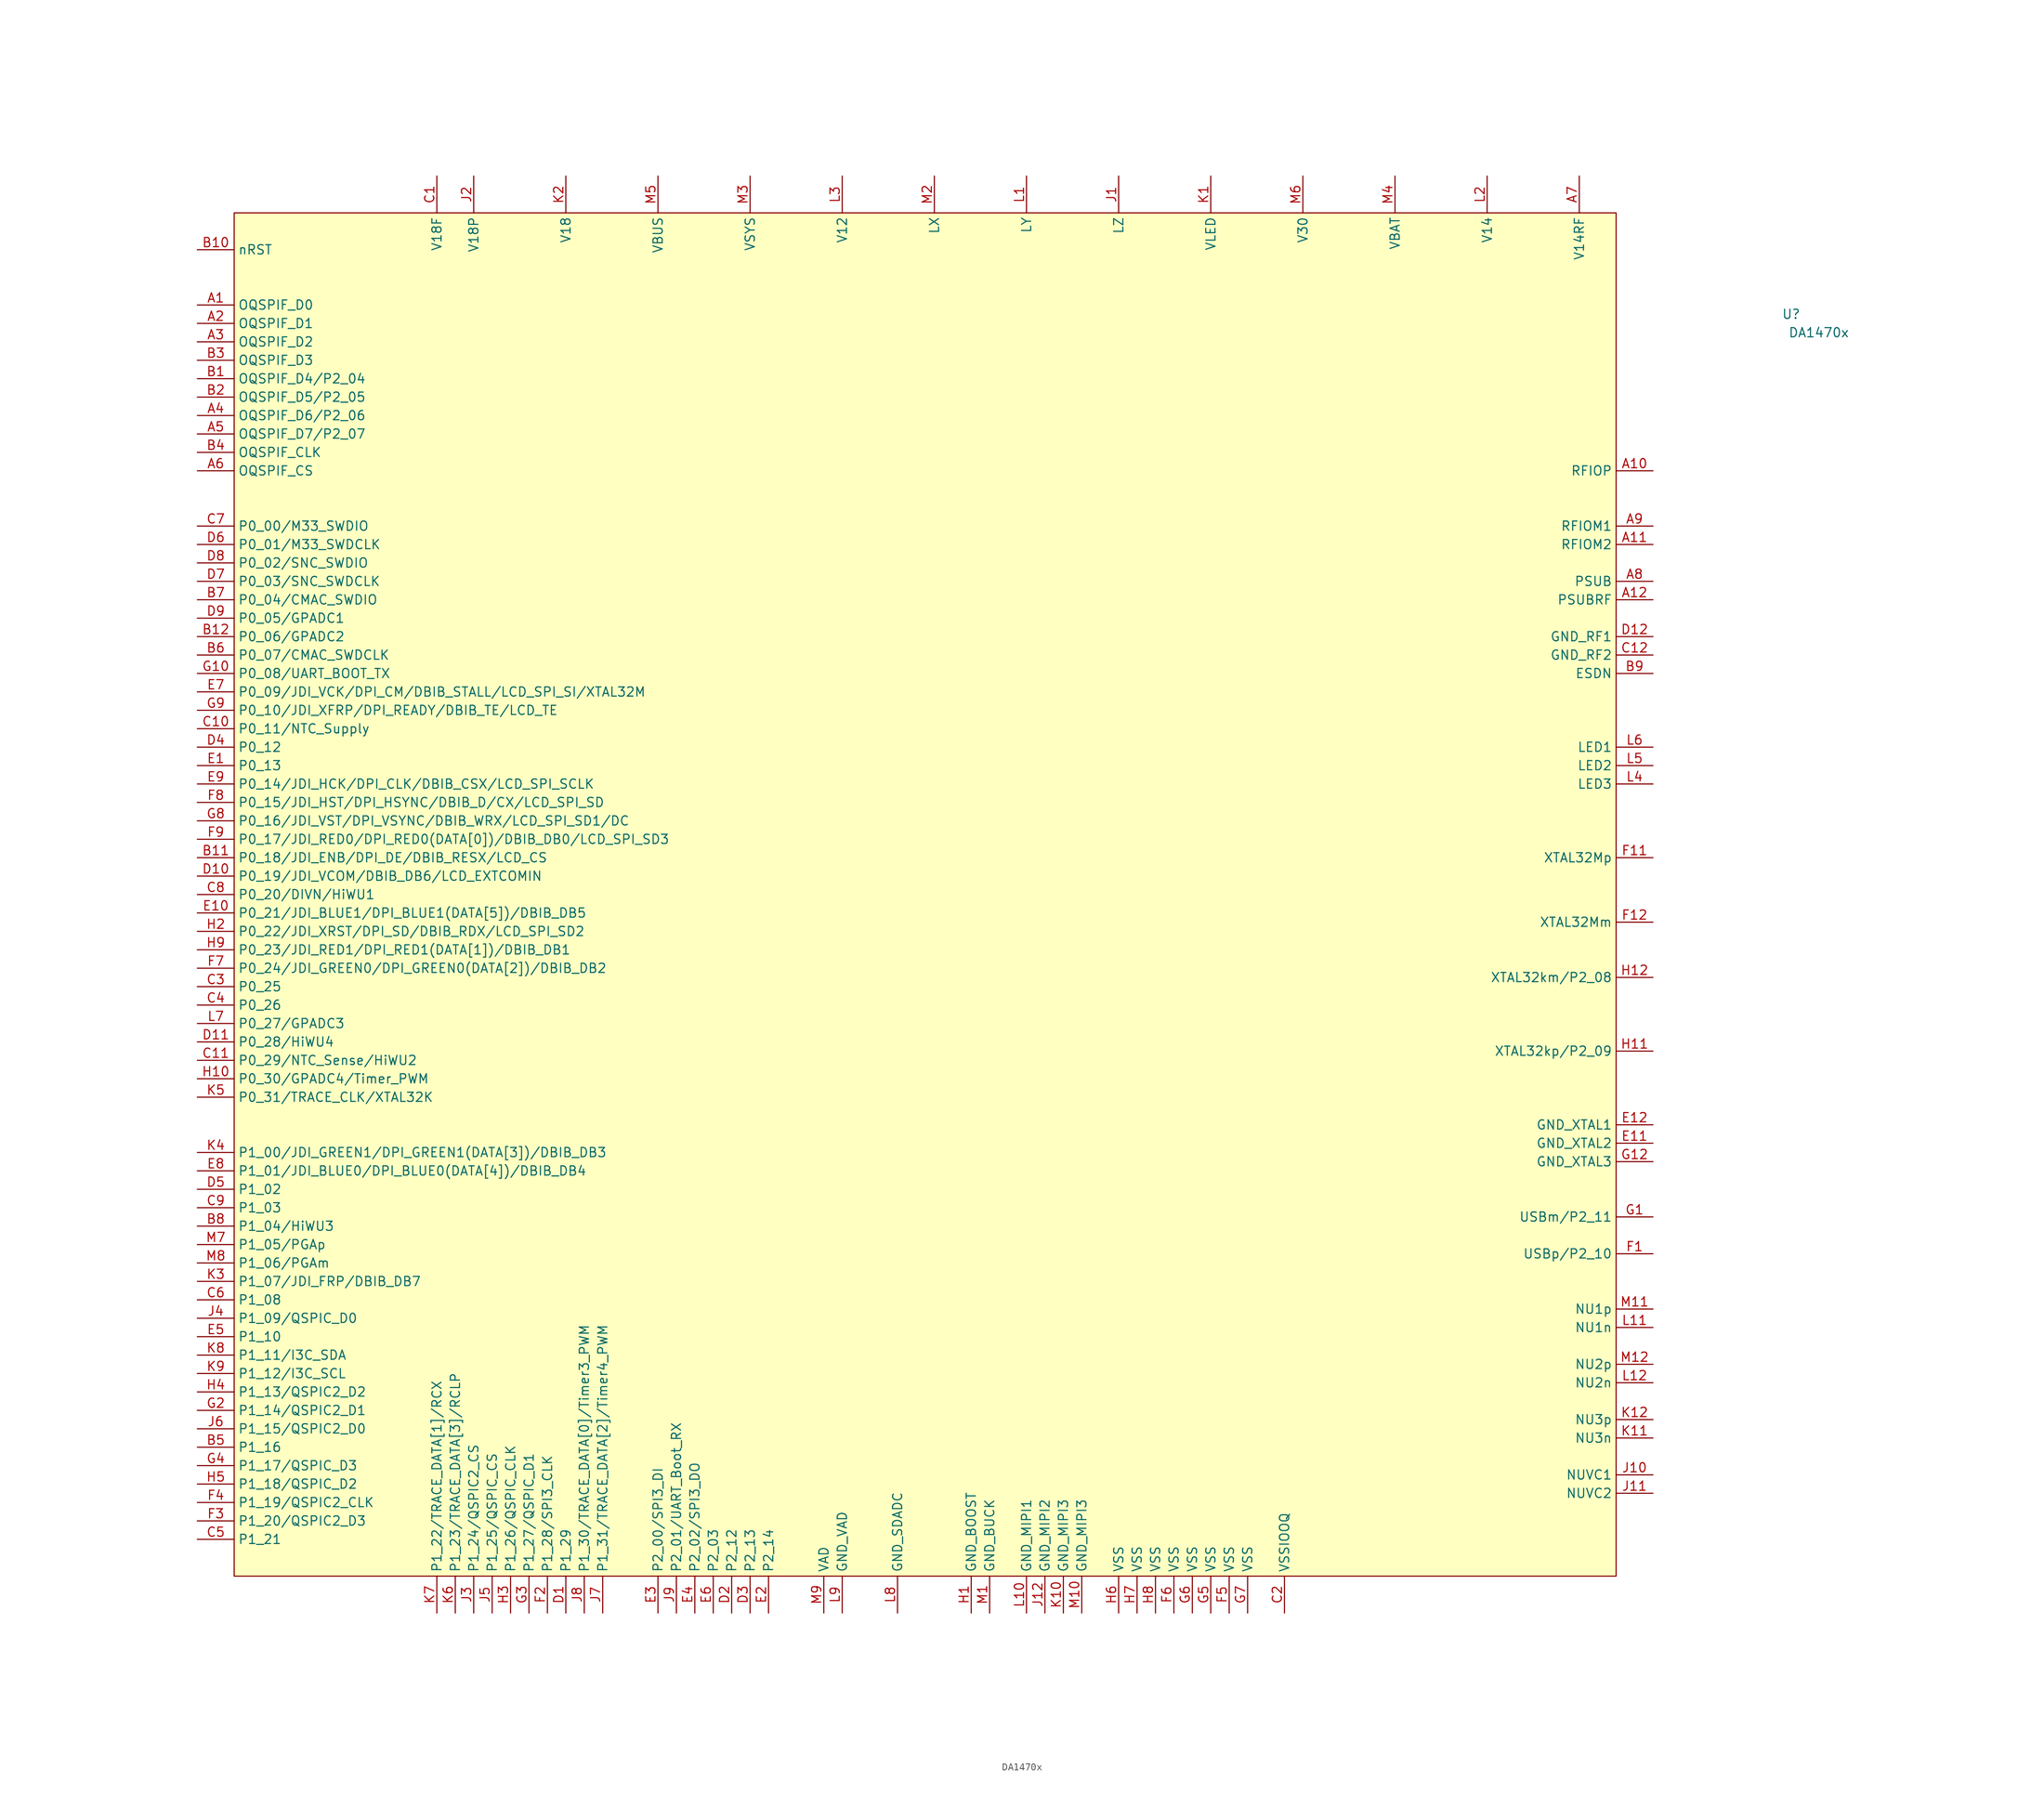
<source format=kicad_sym>
(kicad_symbol_lib
  (version 20211014)
  (generator kicad_symbol_editor)
  (symbol "DA1470x"
    (property "Reference" "U"
      (at 113.03 74.93 0)
      (effects (font (size 1.27 1.27))))
    (property "Value" "DA1470x"
      (at 116.84 72.39 0)
      (effects (font (size 1.27 1.27))))
    (symbol "DA1470x_0_1"
      (rectangle (start -101.6 88.9) (end 88.9 -99.06) (stroke (width 0) (type default) (color 0 0 0 0)) (fill (type background))))
    (symbol "DA1470x_1_1"
      (pin bidirectional line (at -106.68 76.2 0) (length 5.08) (name "OQSPIF_D0" (effects (font (size 1.27 1.27)))) (number "A1" (effects (font (size 1.27 1.27)))))
      (pin power_in line (at 93.98 53.34 180) (length 5.08) (name "RFIOP" (effects (font (size 1.27 1.27)))) (number "A10" (effects (font (size 1.27 1.27)))))
      (pin power_in line (at 93.98 43.18 180) (length 5.08) (name "RFIOM2" (effects (font (size 1.27 1.27)))) (number "A11" (effects (font (size 1.27 1.27)))))
      (pin power_in line (at 93.98 35.56 180) (length 5.08) (name "PSUBRF" (effects (font (size 1.27 1.27)))) (number "A12" (effects (font (size 1.27 1.27)))))
      (pin bidirectional line (at -106.68 73.66 0) (length 5.08) (name "OQSPIF_D1" (effects (font (size 1.27 1.27)))) (number "A2" (effects (font (size 1.27 1.27)))))
      (pin bidirectional line (at -106.68 71.12 0) (length 5.08) (name "OQSPIF_D2" (effects (font (size 1.27 1.27)))) (number "A3" (effects (font (size 1.27 1.27)))))
      (pin bidirectional line (at -106.68 60.96 0) (length 5.08) (name "OQSPIF_D6/P2_06" (effects (font (size 1.27 1.27)))) (number "A4" (effects (font (size 1.27 1.27)))))
      (pin bidirectional line (at -106.68 58.42 0) (length 5.08) (name "OQSPIF_D7/P2_07" (effects (font (size 1.27 1.27)))) (number "A5" (effects (font (size 1.27 1.27)))))
      (pin bidirectional line (at -106.68 53.34 0) (length 5.08) (name "OQSPIF_CS" (effects (font (size 1.27 1.27)))) (number "A6" (effects (font (size 1.27 1.27)))))
      (pin power_in line (at 83.82 93.98 270) (length 5.08) (name "V14RF" (effects (font (size 1.27 1.27)))) (number "A7" (effects (font (size 1.27 1.27)))))
      (pin power_in line (at 93.98 38.1 180) (length 5.08) (name "PSUB" (effects (font (size 1.27 1.27)))) (number "A8" (effects (font (size 1.27 1.27)))))
      (pin power_in line (at 93.98 45.72 180) (length 5.08) (name "RFIOM1" (effects (font (size 1.27 1.27)))) (number "A9" (effects (font (size 1.27 1.27)))))
      (pin bidirectional line (at -106.68 66.04 0) (length 5.08) (name "OQSPIF_D4/P2_04" (effects (font (size 1.27 1.27)))) (number "B1" (effects (font (size 1.27 1.27)))))
      (pin bidirectional line (at -106.68 83.82 0) (length 5.08) (name "nRST" (effects (font (size 1.27 1.27)))) (number "B10" (effects (font (size 1.27 1.27)))))
      (pin bidirectional line (at -106.68 0 0) (length 5.08) (name "P0_18/JDI_ENB/DPI_DE/DBIB_RESX/LCD_CS" (effects (font (size 1.27 1.27)))) (number "B11" (effects (font (size 1.27 1.27)))))
      (pin bidirectional line (at -106.68 30.48 0) (length 5.08) (name "P0_06/GPADC2" (effects (font (size 1.27 1.27)))) (number "B12" (effects (font (size 1.27 1.27)))))
      (pin bidirectional line (at -106.68 63.5 0) (length 5.08) (name "OQSPIF_D5/P2_05" (effects (font (size 1.27 1.27)))) (number "B2" (effects (font (size 1.27 1.27)))))
      (pin bidirectional line (at -106.68 68.58 0) (length 5.08) (name "OQSPIF_D3" (effects (font (size 1.27 1.27)))) (number "B3" (effects (font (size 1.27 1.27)))))
      (pin bidirectional line (at -106.68 55.88 0) (length 5.08) (name "OQSPIF_CLK" (effects (font (size 1.27 1.27)))) (number "B4" (effects (font (size 1.27 1.27)))))
      (pin bidirectional line (at -106.68 -81.28 0) (length 5.08) (name "P1_16" (effects (font (size 1.27 1.27)))) (number "B5" (effects (font (size 1.27 1.27)))))
      (pin bidirectional line (at -106.68 27.94 0) (length 5.08) (name "P0_07/CMAC_SWDCLK" (effects (font (size 1.27 1.27)))) (number "B6" (effects (font (size 1.27 1.27)))))
      (pin bidirectional line (at -106.68 35.56 0) (length 5.08) (name "P0_04/CMAC_SWDIO" (effects (font (size 1.27 1.27)))) (number "B7" (effects (font (size 1.27 1.27)))))
      (pin bidirectional line (at -106.68 -50.8 0) (length 5.08) (name "P1_04/HiWU3" (effects (font (size 1.27 1.27)))) (number "B8" (effects (font (size 1.27 1.27)))))
      (pin power_in line (at 93.98 25.4 180) (length 5.08) (name "ESDN" (effects (font (size 1.27 1.27)))) (number "B9" (effects (font (size 1.27 1.27)))))
      (pin power_in line (at -73.66 93.98 270) (length 5.08) (name "V18F" (effects (font (size 1.27 1.27)))) (number "C1" (effects (font (size 1.27 1.27)))))
      (pin bidirectional line (at -106.68 17.78 0) (length 5.08) (name "P0_11/NTC_Supply" (effects (font (size 1.27 1.27)))) (number "C10" (effects (font (size 1.27 1.27)))))
      (pin bidirectional line (at -106.68 -27.94 0) (length 5.08) (name "P0_29/NTC_Sense/HiWU2" (effects (font (size 1.27 1.27)))) (number "C11" (effects (font (size 1.27 1.27)))))
      (pin power_in line (at 93.98 27.94 180) (length 5.08) (name "GND_RF2" (effects (font (size 1.27 1.27)))) (number "C12" (effects (font (size 1.27 1.27)))))
      (pin power_in line (at 43.18 -104.14 90) (length 5.08) (name "VSSIOOQ" (effects (font (size 1.27 1.27)))) (number "C2" (effects (font (size 1.27 1.27)))))
      (pin bidirectional line (at -106.68 -17.78 0) (length 5.08) (name "P0_25" (effects (font (size 1.27 1.27)))) (number "C3" (effects (font (size 1.27 1.27)))))
      (pin bidirectional line (at -106.68 -20.32 0) (length 5.08) (name "P0_26" (effects (font (size 1.27 1.27)))) (number "C4" (effects (font (size 1.27 1.27)))))
      (pin bidirectional line (at -106.68 -93.98 0) (length 5.08) (name "P1_21" (effects (font (size 1.27 1.27)))) (number "C5" (effects (font (size 1.27 1.27)))))
      (pin bidirectional line (at -106.68 -60.96 0) (length 5.08) (name "P1_08" (effects (font (size 1.27 1.27)))) (number "C6" (effects (font (size 1.27 1.27)))))
      (pin bidirectional line (at -106.68 45.72 0) (length 5.08) (name "P0_00/M33_SWDIO" (effects (font (size 1.27 1.27)))) (number "C7" (effects (font (size 1.27 1.27)))))
      (pin bidirectional line (at -106.68 -5.08 0) (length 5.08) (name "P0_20/DIVN/HiWU1" (effects (font (size 1.27 1.27)))) (number "C8" (effects (font (size 1.27 1.27)))))
      (pin bidirectional line (at -106.68 -48.26 0) (length 5.08) (name "P1_03" (effects (font (size 1.27 1.27)))) (number "C9" (effects (font (size 1.27 1.27)))))
      (pin bidirectional line (at -55.88 -104.14 90) (length 5.08) (name "P1_29" (effects (font (size 1.27 1.27)))) (number "D1" (effects (font (size 1.27 1.27)))))
      (pin bidirectional line (at -106.68 -2.54 0) (length 5.08) (name "P0_19/JDI_VCOM/DBIB_DB6/LCD_EXTCOMIN" (effects (font (size 1.27 1.27)))) (number "D10" (effects (font (size 1.27 1.27)))))
      (pin bidirectional line (at -106.68 -25.4 0) (length 5.08) (name "P0_28/HiWU4" (effects (font (size 1.27 1.27)))) (number "D11" (effects (font (size 1.27 1.27)))))
      (pin power_in line (at 93.98 30.48 180) (length 5.08) (name "GND_RF1" (effects (font (size 1.27 1.27)))) (number "D12" (effects (font (size 1.27 1.27)))))
      (pin bidirectional line (at -33.02 -104.14 90) (length 5.08) (name "P2_12" (effects (font (size 1.27 1.27)))) (number "D2" (effects (font (size 1.27 1.27)))))
      (pin bidirectional line (at -30.48 -104.14 90) (length 5.08) (name "P2_13" (effects (font (size 1.27 1.27)))) (number "D3" (effects (font (size 1.27 1.27)))))
      (pin bidirectional line (at -106.68 15.24 0) (length 5.08) (name "P0_12" (effects (font (size 1.27 1.27)))) (number "D4" (effects (font (size 1.27 1.27)))))
      (pin bidirectional line (at -106.68 -45.72 0) (length 5.08) (name "P1_02" (effects (font (size 1.27 1.27)))) (number "D5" (effects (font (size 1.27 1.27)))))
      (pin bidirectional line (at -106.68 43.18 0) (length 5.08) (name "P0_01/M33_SWDCLK" (effects (font (size 1.27 1.27)))) (number "D6" (effects (font (size 1.27 1.27)))))
      (pin bidirectional line (at -106.68 38.1 0) (length 5.08) (name "P0_03/SNC_SWDCLK" (effects (font (size 1.27 1.27)))) (number "D7" (effects (font (size 1.27 1.27)))))
      (pin bidirectional line (at -106.68 40.64 0) (length 5.08) (name "P0_02/SNC_SWDIO" (effects (font (size 1.27 1.27)))) (number "D8" (effects (font (size 1.27 1.27)))))
      (pin bidirectional line (at -106.68 33.02 0) (length 5.08) (name "P0_05/GPADC1" (effects (font (size 1.27 1.27)))) (number "D9" (effects (font (size 1.27 1.27)))))
      (pin bidirectional line (at -106.68 12.7 0) (length 5.08) (name "P0_13" (effects (font (size 1.27 1.27)))) (number "E1" (effects (font (size 1.27 1.27)))))
      (pin bidirectional line (at -106.68 -7.62 0) (length 5.08) (name "P0_21/JDI_BLUE1/DPI_BLUE1(DATA[5])/DBIB_DB5" (effects (font (size 1.27 1.27)))) (number "E10" (effects (font (size 1.27 1.27)))))
      (pin power_in line (at 93.98 -39.37 180) (length 5.08) (name "GND_XTAL2" (effects (font (size 1.27 1.27)))) (number "E11" (effects (font (size 1.27 1.27)))))
      (pin power_in line (at 93.98 -36.83 180) (length 5.08) (name "GND_XTAL1" (effects (font (size 1.27 1.27)))) (number "E12" (effects (font (size 1.27 1.27)))))
      (pin bidirectional line (at -27.94 -104.14 90) (length 5.08) (name "P2_14" (effects (font (size 1.27 1.27)))) (number "E2" (effects (font (size 1.27 1.27)))))
      (pin bidirectional line (at -43.18 -104.14 90) (length 5.08) (name "P2_00/SPI3_DI" (effects (font (size 1.27 1.27)))) (number "E3" (effects (font (size 1.27 1.27)))))
      (pin bidirectional line (at -38.1 -104.14 90) (length 5.08) (name "P2_02/SPI3_DO" (effects (font (size 1.27 1.27)))) (number "E4" (effects (font (size 1.27 1.27)))))
      (pin bidirectional line (at -106.68 -66.04 0) (length 5.08) (name "P1_10" (effects (font (size 1.27 1.27)))) (number "E5" (effects (font (size 1.27 1.27)))))
      (pin bidirectional line (at -35.56 -104.14 90) (length 5.08) (name "P2_03" (effects (font (size 1.27 1.27)))) (number "E6" (effects (font (size 1.27 1.27)))))
      (pin bidirectional line (at -106.68 22.86 0) (length 5.08) (name "P0_09/JDI_VCK/DPI_CM/DBIB_STALL/LCD_SPI_SI/XTAL32M" (effects (font (size 1.27 1.27)))) (number "E7" (effects (font (size 1.27 1.27)))))
      (pin bidirectional line (at -106.68 -43.18 0) (length 5.08) (name "P1_01/JDI_BLUE0/DPI_BLUE0(DATA[4])/DBIB_DB4" (effects (font (size 1.27 1.27)))) (number "E8" (effects (font (size 1.27 1.27)))))
      (pin bidirectional line (at -106.68 10.16 0) (length 5.08) (name "P0_14/JDI_HCK/DPI_CLK/DBIB_CSX/LCD_SPI_SCLK" (effects (font (size 1.27 1.27)))) (number "E9" (effects (font (size 1.27 1.27)))))
      (pin bidirectional line (at 93.98 -54.61 180) (length 5.08) (name "USBp/P2_10" (effects (font (size 1.27 1.27)))) (number "F1" (effects (font (size 1.27 1.27)))))
      (pin bidirectional line (at 93.98 0 180) (length 5.08) (name "XTAL32Mp" (effects (font (size 1.27 1.27)))) (number "F11" (effects (font (size 1.27 1.27)))))
      (pin bidirectional line (at 93.98 -8.89 180) (length 5.08) (name "XTAL32Mm" (effects (font (size 1.27 1.27)))) (number "F12" (effects (font (size 1.27 1.27)))))
      (pin bidirectional line (at -58.42 -104.14 90) (length 5.08) (name "P1_28/SPI3_CLK" (effects (font (size 1.27 1.27)))) (number "F2" (effects (font (size 1.27 1.27)))))
      (pin bidirectional line (at -106.68 -91.44 0) (length 5.08) (name "P1_20/QSPIC2_D3" (effects (font (size 1.27 1.27)))) (number "F3" (effects (font (size 1.27 1.27)))))
      (pin bidirectional line (at -106.68 -88.9 0) (length 5.08) (name "P1_19/QSPIC2_CLK" (effects (font (size 1.27 1.27)))) (number "F4" (effects (font (size 1.27 1.27)))))
      (pin power_in line (at 35.56 -104.14 90) (length 5.08) (name "VSS" (effects (font (size 1.27 1.27)))) (number "F5" (effects (font (size 1.27 1.27)))))
      (pin power_in line (at 27.94 -104.14 90) (length 5.08) (name "VSS" (effects (font (size 1.27 1.27)))) (number "F6" (effects (font (size 1.27 1.27)))))
      (pin bidirectional line (at -106.68 -15.24 0) (length 5.08) (name "P0_24/JDI_GREEN0/DPI_GREEN0(DATA[2])/DBIB_DB2" (effects (font (size 1.27 1.27)))) (number "F7" (effects (font (size 1.27 1.27)))))
      (pin bidirectional line (at -106.68 7.62 0) (length 5.08) (name "P0_15/JDI_HST/DPI_HSYNC/DBIB_D/CX/LCD_SPI_SD" (effects (font (size 1.27 1.27)))) (number "F8" (effects (font (size 1.27 1.27)))))
      (pin bidirectional line (at -106.68 2.54 0) (length 5.08) (name "P0_17/JDI_RED0/DPI_RED0(DATA[0])/DBIB_DB0/LCD_SPI_SD3" (effects (font (size 1.27 1.27)))) (number "F9" (effects (font (size 1.27 1.27)))))
      (pin bidirectional line (at 93.98 -49.53 180) (length 5.08) (name "USBm/P2_11" (effects (font (size 1.27 1.27)))) (number "G1" (effects (font (size 1.27 1.27)))))
      (pin bidirectional line (at -106.68 25.4 0) (length 5.08) (name "P0_08/UART_BOOT_TX" (effects (font (size 1.27 1.27)))) (number "G10" (effects (font (size 1.27 1.27)))))
      (pin power_in line (at 93.98 -41.91 180) (length 5.08) (name "GND_XTAL3" (effects (font (size 1.27 1.27)))) (number "G12" (effects (font (size 1.27 1.27)))))
      (pin bidirectional line (at -106.68 -76.2 0) (length 5.08) (name "P1_14/QSPIC2_D1" (effects (font (size 1.27 1.27)))) (number "G2" (effects (font (size 1.27 1.27)))))
      (pin bidirectional line (at -60.96 -104.14 90) (length 5.08) (name "P1_27/QSPIC_D1" (effects (font (size 1.27 1.27)))) (number "G3" (effects (font (size 1.27 1.27)))))
      (pin bidirectional line (at -106.68 -83.82 0) (length 5.08) (name "P1_17/QSPIC_D3" (effects (font (size 1.27 1.27)))) (number "G4" (effects (font (size 1.27 1.27)))))
      (pin power_in line (at 33.02 -104.14 90) (length 5.08) (name "VSS" (effects (font (size 1.27 1.27)))) (number "G5" (effects (font (size 1.27 1.27)))))
      (pin power_in line (at 30.48 -104.14 90) (length 5.08) (name "VSS" (effects (font (size 1.27 1.27)))) (number "G6" (effects (font (size 1.27 1.27)))))
      (pin power_in line (at 38.1 -104.14 90) (length 5.08) (name "VSS" (effects (font (size 1.27 1.27)))) (number "G7" (effects (font (size 1.27 1.27)))))
      (pin bidirectional line (at -106.68 5.08 0) (length 5.08) (name "P0_16/JDI_VST/DPI_VSYNC/DBIB_WRX/LCD_SPI_SD1/DC" (effects (font (size 1.27 1.27)))) (number "G8" (effects (font (size 1.27 1.27)))))
      (pin bidirectional line (at -106.68 20.32 0) (length 5.08) (name "P0_10/JDI_XFRP/DPI_READY/DBIB_TE/LCD_TE" (effects (font (size 1.27 1.27)))) (number "G9" (effects (font (size 1.27 1.27)))))
      (pin power_in line (at 0 -104.14 90) (length 5.08) (name "GND_BOOST" (effects (font (size 1.27 1.27)))) (number "H1" (effects (font (size 1.27 1.27)))))
      (pin bidirectional line (at -106.68 -30.48 0) (length 5.08) (name "P0_30/GPADC4/Timer_PWM" (effects (font (size 1.27 1.27)))) (number "H10" (effects (font (size 1.27 1.27)))))
      (pin bidirectional line (at 93.98 -26.67 180) (length 5.08) (name "XTAL32kp/P2_09" (effects (font (size 1.27 1.27)))) (number "H11" (effects (font (size 1.27 1.27)))))
      (pin bidirectional line (at 93.98 -16.51 180) (length 5.08) (name "XTAL32km/P2_08" (effects (font (size 1.27 1.27)))) (number "H12" (effects (font (size 1.27 1.27)))))
      (pin bidirectional line (at -106.68 -10.16 0) (length 5.08) (name "P0_22/JDI_XRST/DPI_SD/DBIB_RDX/LCD_SPI_SD2" (effects (font (size 1.27 1.27)))) (number "H2" (effects (font (size 1.27 1.27)))))
      (pin bidirectional line (at -63.5 -104.14 90) (length 5.08) (name "P1_26/QSPIC_CLK" (effects (font (size 1.27 1.27)))) (number "H3" (effects (font (size 1.27 1.27)))))
      (pin bidirectional line (at -106.68 -73.66 0) (length 5.08) (name "P1_13/QSPIC2_D2" (effects (font (size 1.27 1.27)))) (number "H4" (effects (font (size 1.27 1.27)))))
      (pin bidirectional line (at -106.68 -86.36 0) (length 5.08) (name "P1_18/QSPIC_D2" (effects (font (size 1.27 1.27)))) (number "H5" (effects (font (size 1.27 1.27)))))
      (pin power_in line (at 20.32 -104.14 90) (length 5.08) (name "VSS" (effects (font (size 1.27 1.27)))) (number "H6" (effects (font (size 1.27 1.27)))))
      (pin power_in line (at 22.86 -104.14 90) (length 5.08) (name "VSS" (effects (font (size 1.27 1.27)))) (number "H7" (effects (font (size 1.27 1.27)))))
      (pin power_in line (at 25.4 -104.14 90) (length 5.08) (name "VSS" (effects (font (size 1.27 1.27)))) (number "H8" (effects (font (size 1.27 1.27)))))
      (pin bidirectional line (at -106.68 -12.7 0) (length 5.08) (name "P0_23/JDI_RED1/DPI_RED1(DATA[1])/DBIB_DB1" (effects (font (size 1.27 1.27)))) (number "H9" (effects (font (size 1.27 1.27)))))
      (pin power_in line (at 20.32 93.98 270) (length 5.08) (name "LZ" (effects (font (size 1.27 1.27)))) (number "J1" (effects (font (size 1.27 1.27)))))
      (pin power_in line (at 93.98 -85.09 180) (length 5.08) (name "NUVC1" (effects (font (size 1.27 1.27)))) (number "J10" (effects (font (size 1.27 1.27)))))
      (pin power_in line (at 93.98 -87.63 180) (length 5.08) (name "NUVC2" (effects (font (size 1.27 1.27)))) (number "J11" (effects (font (size 1.27 1.27)))))
      (pin power_in line (at 10.16 -104.14 90) (length 5.08) (name "GND_MIPI2" (effects (font (size 1.27 1.27)))) (number "J12" (effects (font (size 1.27 1.27)))))
      (pin power_in line (at -68.58 93.98 270) (length 5.08) (name "V18P" (effects (font (size 1.27 1.27)))) (number "J2" (effects (font (size 1.27 1.27)))))
      (pin bidirectional line (at -68.58 -104.14 90) (length 5.08) (name "P1_24/QSPIC2_CS" (effects (font (size 1.27 1.27)))) (number "J3" (effects (font (size 1.27 1.27)))))
      (pin bidirectional line (at -106.68 -63.5 0) (length 5.08) (name "P1_09/QSPIC_D0" (effects (font (size 1.27 1.27)))) (number "J4" (effects (font (size 1.27 1.27)))))
      (pin bidirectional line (at -66.04 -104.14 90) (length 5.08) (name "P1_25/QSPIC_CS" (effects (font (size 1.27 1.27)))) (number "J5" (effects (font (size 1.27 1.27)))))
      (pin bidirectional line (at -106.68 -78.74 0) (length 5.08) (name "P1_15/QSPIC2_D0" (effects (font (size 1.27 1.27)))) (number "J6" (effects (font (size 1.27 1.27)))))
      (pin bidirectional line (at -50.8 -104.14 90) (length 5.08) (name "P1_31/TRACE_DATA[2]/Timer4_PWM" (effects (font (size 1.27 1.27)))) (number "J7" (effects (font (size 1.27 1.27)))))
      (pin bidirectional line (at -53.34 -104.14 90) (length 5.08) (name "P1_30/TRACE_DATA[0]/Timer3_PWM" (effects (font (size 1.27 1.27)))) (number "J8" (effects (font (size 1.27 1.27)))))
      (pin bidirectional line (at -40.64 -104.14 90) (length 5.08) (name "P2_01/UART_Boot_RX" (effects (font (size 1.27 1.27)))) (number "J9" (effects (font (size 1.27 1.27)))))
      (pin power_in line (at 33.02 93.98 270) (length 5.08) (name "VLED" (effects (font (size 1.27 1.27)))) (number "K1" (effects (font (size 1.27 1.27)))))
      (pin power_in line (at 12.7 -104.14 90) (length 5.08) (name "GND_MIPI3" (effects (font (size 1.27 1.27)))) (number "K10" (effects (font (size 1.27 1.27)))))
      (pin bidirectional line (at 93.98 -80.01 180) (length 5.08) (name "NU3n" (effects (font (size 1.27 1.27)))) (number "K11" (effects (font (size 1.27 1.27)))))
      (pin bidirectional line (at 93.98 -77.47 180) (length 5.08) (name "NU3p" (effects (font (size 1.27 1.27)))) (number "K12" (effects (font (size 1.27 1.27)))))
      (pin power_in line (at -55.88 93.98 270) (length 5.08) (name "V18" (effects (font (size 1.27 1.27)))) (number "K2" (effects (font (size 1.27 1.27)))))
      (pin bidirectional line (at -106.68 -58.42 0) (length 5.08) (name "P1_07/JDI_FRP/DBIB_DB7" (effects (font (size 1.27 1.27)))) (number "K3" (effects (font (size 1.27 1.27)))))
      (pin bidirectional line (at -106.68 -40.64 0) (length 5.08) (name "P1_00/JDI_GREEN1/DPI_GREEN1(DATA[3])/DBIB_DB3" (effects (font (size 1.27 1.27)))) (number "K4" (effects (font (size 1.27 1.27)))))
      (pin bidirectional line (at -106.68 -33.02 0) (length 5.08) (name "P0_31/TRACE_CLK/XTAL32K" (effects (font (size 1.27 1.27)))) (number "K5" (effects (font (size 1.27 1.27)))))
      (pin bidirectional line (at -71.12 -104.14 90) (length 5.08) (name "P1_23/TRACE_DATA[3]/RCLP" (effects (font (size 1.27 1.27)))) (number "K6" (effects (font (size 1.27 1.27)))))
      (pin bidirectional line (at -73.66 -104.14 90) (length 5.08) (name "P1_22/TRACE_DATA[1]/RCX" (effects (font (size 1.27 1.27)))) (number "K7" (effects (font (size 1.27 1.27)))))
      (pin bidirectional line (at -106.68 -68.58 0) (length 5.08) (name "P1_11/I3C_SDA" (effects (font (size 1.27 1.27)))) (number "K8" (effects (font (size 1.27 1.27)))))
      (pin bidirectional line (at -106.68 -71.12 0) (length 5.08) (name "P1_12/I3C_SCL" (effects (font (size 1.27 1.27)))) (number "K9" (effects (font (size 1.27 1.27)))))
      (pin power_in line (at 7.62 93.98 270) (length 5.08) (name "LY" (effects (font (size 1.27 1.27)))) (number "L1" (effects (font (size 1.27 1.27)))))
      (pin power_in line (at 7.62 -104.14 90) (length 5.08) (name "GND_MIPI1" (effects (font (size 1.27 1.27)))) (number "L10" (effects (font (size 1.27 1.27)))))
      (pin bidirectional line (at 93.98 -64.77 180) (length 5.08) (name "NU1n" (effects (font (size 1.27 1.27)))) (number "L11" (effects (font (size 1.27 1.27)))))
      (pin bidirectional line (at 93.98 -72.39 180) (length 5.08) (name "NU2n" (effects (font (size 1.27 1.27)))) (number "L12" (effects (font (size 1.27 1.27)))))
      (pin power_in line (at 71.12 93.98 270) (length 5.08) (name "V14" (effects (font (size 1.27 1.27)))) (number "L2" (effects (font (size 1.27 1.27)))))
      (pin power_in line (at -17.78 93.98 270) (length 5.08) (name "V12" (effects (font (size 1.27 1.27)))) (number "L3" (effects (font (size 1.27 1.27)))))
      (pin bidirectional line (at 93.98 10.16 180) (length 5.08) (name "LED3" (effects (font (size 1.27 1.27)))) (number "L4" (effects (font (size 1.27 1.27)))))
      (pin bidirectional line (at 93.98 12.7 180) (length 5.08) (name "LED2" (effects (font (size 1.27 1.27)))) (number "L5" (effects (font (size 1.27 1.27)))))
      (pin bidirectional line (at 93.98 15.24 180) (length 5.08) (name "LED1" (effects (font (size 1.27 1.27)))) (number "L6" (effects (font (size 1.27 1.27)))))
      (pin bidirectional line (at -106.68 -22.86 0) (length 5.08) (name "P0_27/GPADC3" (effects (font (size 1.27 1.27)))) (number "L7" (effects (font (size 1.27 1.27)))))
      (pin power_in line (at -10.16 -104.14 90) (length 5.08) (name "GND_SDADC" (effects (font (size 1.27 1.27)))) (number "L8" (effects (font (size 1.27 1.27)))))
      (pin power_in line (at -17.78 -104.14 90) (length 5.08) (name "GND_VAD" (effects (font (size 1.27 1.27)))) (number "L9" (effects (font (size 1.27 1.27)))))
      (pin power_in line (at 2.54 -104.14 90) (length 5.08) (name "GND_BUCK" (effects (font (size 1.27 1.27)))) (number "M1" (effects (font (size 1.27 1.27)))))
      (pin power_in line (at 15.24 -104.14 90) (length 5.08) (name "GND_MIPI3" (effects (font (size 1.27 1.27)))) (number "M10" (effects (font (size 1.27 1.27)))))
      (pin bidirectional line (at 93.98 -62.23 180) (length 5.08) (name "NU1p" (effects (font (size 1.27 1.27)))) (number "M11" (effects (font (size 1.27 1.27)))))
      (pin bidirectional line (at 93.98 -69.85 180) (length 5.08) (name "NU2p" (effects (font (size 1.27 1.27)))) (number "M12" (effects (font (size 1.27 1.27)))))
      (pin power_in line (at -5.08 93.98 270) (length 5.08) (name "LX" (effects (font (size 1.27 1.27)))) (number "M2" (effects (font (size 1.27 1.27)))))
      (pin power_in line (at -30.48 93.98 270) (length 5.08) (name "VSYS" (effects (font (size 1.27 1.27)))) (number "M3" (effects (font (size 1.27 1.27)))))
      (pin power_in line (at 58.42 93.98 270) (length 5.08) (name "VBAT" (effects (font (size 1.27 1.27)))) (number "M4" (effects (font (size 1.27 1.27)))))
      (pin power_in line (at -43.18 93.98 270) (length 5.08) (name "VBUS" (effects (font (size 1.27 1.27)))) (number "M5" (effects (font (size 1.27 1.27)))))
      (pin power_in line (at 45.72 93.98 270) (length 5.08) (name "V30" (effects (font (size 1.27 1.27)))) (number "M6" (effects (font (size 1.27 1.27)))))
      (pin bidirectional line (at -106.68 -53.34 0) (length 5.08) (name "P1_05/PGAp" (effects (font (size 1.27 1.27)))) (number "M7" (effects (font (size 1.27 1.27)))))
      (pin bidirectional line (at -106.68 -55.88 0) (length 5.08) (name "P1_06/PGAm" (effects (font (size 1.27 1.27)))) (number "M8" (effects (font (size 1.27 1.27)))))
      (pin power_in line (at -20.32 -104.14 90) (length 5.08) (name "VAD" (effects (font (size 1.27 1.27)))) (number "M9" (effects (font (size 1.27 1.27))))))))
</source>
